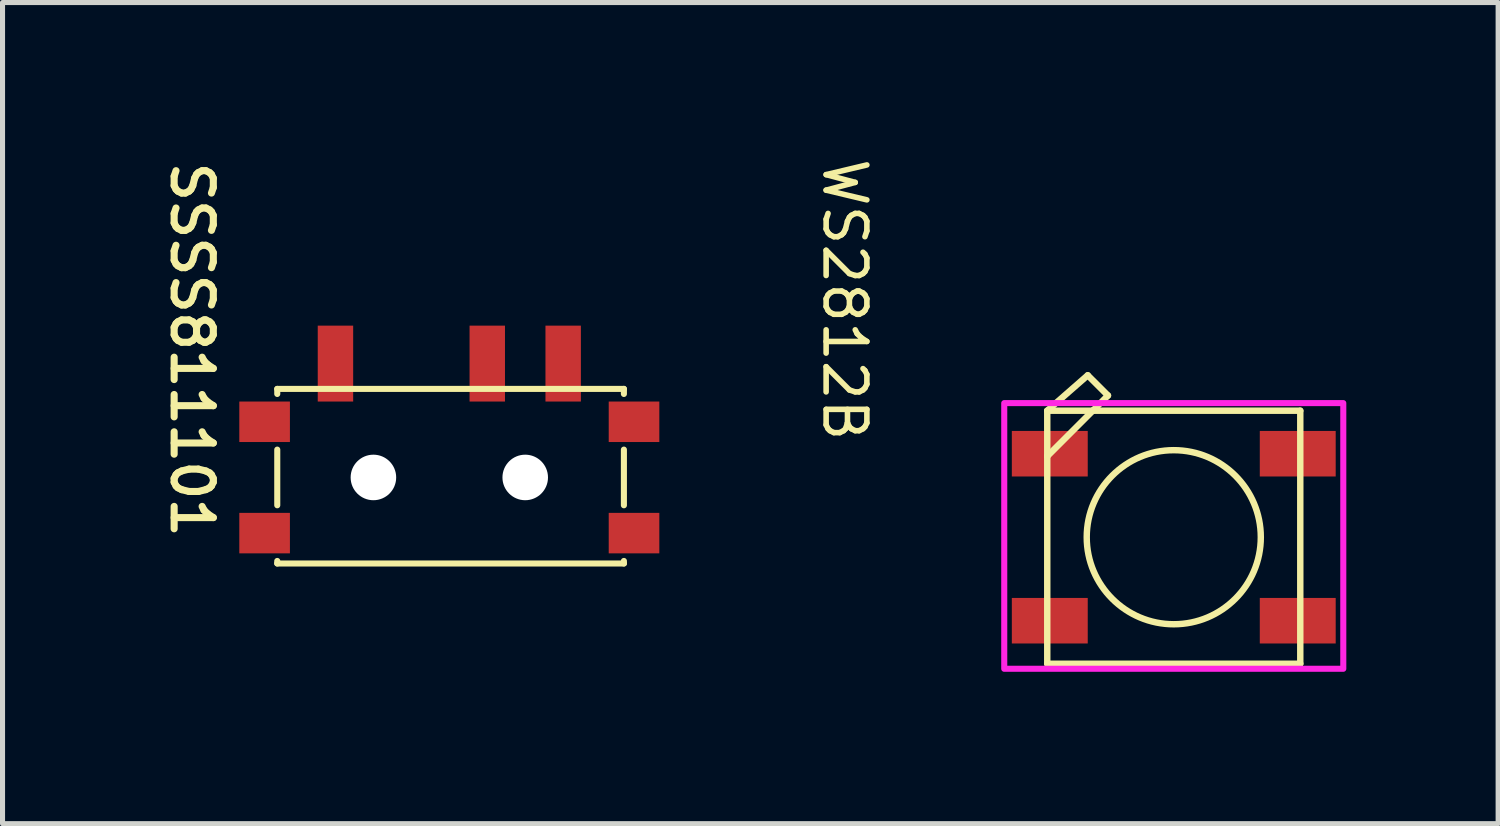
<source format=kicad_pcb>
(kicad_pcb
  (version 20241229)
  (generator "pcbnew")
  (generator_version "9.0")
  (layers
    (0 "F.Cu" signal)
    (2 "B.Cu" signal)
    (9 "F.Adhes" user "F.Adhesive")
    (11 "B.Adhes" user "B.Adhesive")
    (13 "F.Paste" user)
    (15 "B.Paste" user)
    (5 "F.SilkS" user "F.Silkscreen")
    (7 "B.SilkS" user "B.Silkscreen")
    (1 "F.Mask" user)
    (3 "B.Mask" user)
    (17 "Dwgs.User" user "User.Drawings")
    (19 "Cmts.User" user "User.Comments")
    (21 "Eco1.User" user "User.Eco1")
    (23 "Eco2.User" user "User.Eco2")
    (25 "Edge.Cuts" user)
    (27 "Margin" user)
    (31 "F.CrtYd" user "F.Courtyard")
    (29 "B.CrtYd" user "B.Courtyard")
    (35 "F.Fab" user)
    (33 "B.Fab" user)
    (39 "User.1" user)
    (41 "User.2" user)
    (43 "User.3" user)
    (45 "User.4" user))
  (footprint "WS2812B"
    (layer "F.Cu")
    (at 20.145 7.566)
    (property "Reference" "WS2812B" (at -6.032 -1.841 270) (unlocked yes) (layer "F.SilkS") (effects (font (size 0.805 0.805) (thickness 0.11)) (justify right top)))
    (fp_line (start -2.5 -2.5) (end -1.6 -2.5) (stroke (width 0.127) (type solid)) (layer "F.SilkS"))
    (fp_line (start -2.5 -1.6) (end -2.5 -2.5) (stroke (width 0.127) (type solid)) (layer "F.SilkS"))
    (fp_line (start -2.5 -1.6) (end -1.6 -2.5) (stroke (width 0.127) (type solid)) (layer "F.SilkS"))
    (fp_line (start -2.5 2.5) (end -2.5 -1.6) (stroke (width 0.127) (type solid)) (layer "F.SilkS"))
    (fp_line (start -1.7 -3.2) (end -2.5 -2.5) (stroke (width 0.127) (type solid)) (layer "F.SilkS"))
    (fp_line (start -1.6 -2.5) (end -1.3 -2.8) (stroke (width 0.127) (type solid)) (layer "F.SilkS"))
    (fp_line (start -1.6 -2.5) (end 2.5 -2.5) (stroke (width 0.127) (type solid)) (layer "F.SilkS"))
    (fp_line (start -1.3 -2.8) (end -1.7 -3.2) (stroke (width 0.127) (type solid)) (layer "F.SilkS"))
    (fp_line (start 2.5 -2.5) (end 2.5 2.5) (stroke (width 0.127) (type solid)) (layer "F.SilkS"))
    (fp_line (start 2.5 2.5) (end -2.5 2.5) (stroke (width 0.127) (type solid)) (layer "F.SilkS"))
    (fp_circle (center 0 0) (end 1.72 0) (stroke (width 0.127) (type solid)) (fill no) (layer "F.SilkS"))
    (fp_rect (start -3.35 -2.65) (end 3.35 2.6) (stroke (width 0.12) (type default)) (fill no) (layer "F.CrtYd"))
    (pad "1-VDD" smd rect (at 2.45 1.65) (size 1.5 0.9) (layers "F.Cu" "F.Mask" "F.Paste"))
    (pad "2-DOUT" smd rect (at 2.45 -1.65) (size 1.5 0.9) (layers "F.Cu" "F.Mask" "F.Paste"))
    (pad "3-GND" smd rect (at -2.45 -1.65) (size 1.5 0.9) (layers "F.Cu" "F.Mask" "F.Paste"))
    (pad "4-DIN" smd rect (at -2.45 1.65) (size 1.5 0.9) (layers "F.Cu" "F.Mask" "F.Paste")))
  (footprint "SSSS811101"
    (layer "F.Cu")
    (at 5.829 6.385)
    (property "Reference" "SSSS811101" (at -4.634 1.254 270) (unlocked yes) (layer "F.SilkS") (effects (font (size 0.774 0.774) (thickness 0.14)) (justify right top)))
    (fp_line (start -3.4 -1.75) (end 3.45 -1.75) (stroke (width 0.12) (type default)) (layer "F.SilkS"))
    (fp_line (start -3.4 -1.65) (end -3.4 -1.75) (stroke (width 0.12) (type default)) (layer "F.SilkS"))
    (fp_line (start -3.4 0.55) (end -3.4 -0.55) (stroke (width 0.12) (type default)) (layer "F.SilkS"))
    (fp_line (start -3.4 1.7) (end -3.4 1.65) (stroke (width 0.12) (type default)) (layer "F.SilkS"))
    (fp_line (start 3.45 -1.75) (end 3.45 -1.65) (stroke (width 0.12) (type default)) (layer "F.SilkS"))
    (fp_line (start 3.45 -0.55) (end 3.45 0.55) (stroke (width 0.12) (type default)) (layer "F.SilkS"))
    (fp_line (start 3.45 1.65) (end 3.45 1.7) (stroke (width 0.12) (type default)) (layer "F.SilkS"))
    (fp_line (start 3.45 1.7) (end -3.4 1.7) (stroke (width 0.12) (type default)) (layer "F.SilkS"))
    (pad "" np_thru_hole circle (at -1.5 0) (size 0.9 0.9) (drill 0.9) (layers "*.Cu" "*.Mask"))
    (pad "" np_thru_hole circle (at 1.5 0) (size 0.9 0.9) (drill 0.9) (layers "*.Cu" "*.Mask"))
    (pad "1" smd rect (at -2.25 -2.25) (size 0.7 1.5) (layers "F.Cu" "F.Mask" "F.Paste"))
    (pad "2" smd rect (at 0.75 -2.25) (size 0.7 1.5) (layers "F.Cu" "F.Mask" "F.Paste"))
    (pad "3" smd rect (at 2.25 -2.25) (size 0.7 1.5) (layers "F.Cu" "F.Mask" "F.Paste"))
    (pad "SHIELD@1" smd rect (at -3.65 -1.1 90) (size 0.8 1) (layers "F.Cu" "F.Mask" "F.Paste"))
    (pad "SHIELD@2" smd rect (at -3.65 1.1 90) (size 0.8 1) (layers "F.Cu" "F.Mask" "F.Paste"))
    (pad "SHIELD@3" smd rect (at 3.65 1.1 90) (size 0.8 1) (layers "F.Cu" "F.Mask" "F.Paste"))
    (pad "SHIELD@4" smd rect (at 3.65 -1.1 90) (size 0.8 1) (layers "F.Cu" "F.Mask" "F.Paste")))
  (gr_rect
    (start -3 -3)
    (end 26.555 13.226)
    (stroke (width 0.1) (type default))
    (fill no)
    (layer "Edge.Cuts")))
</source>
